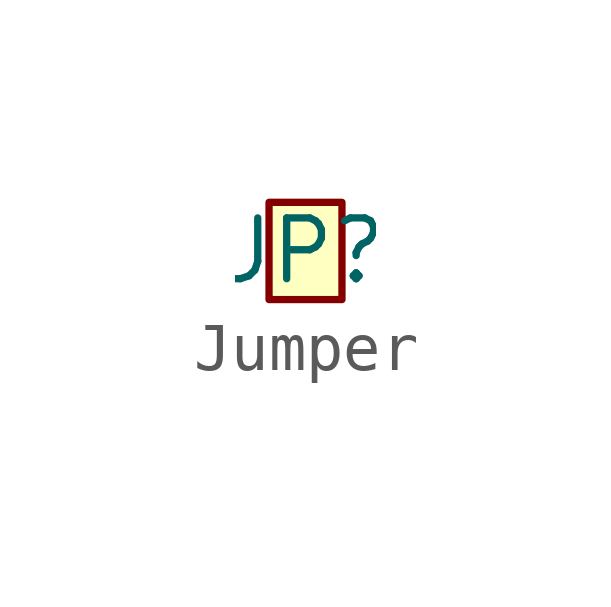
<source format=kicad_sym>
(kicad_symbol_lib
  (version 20220914)
  (generator kicad_symbol_editor)
  (symbol "Jumper"
    (property "Reference" "JP"
      (at 0 0 0)
      (effects (font (size 1.27 1.27))))
    (property "Value" ""
      (at 0 0 0)
      (effects (font (size 1.27 1.27))))
    (symbol "Jumper_1_1"
      (rectangle (start -0.762 1.016) (end 0.762 -1.016) (stroke (width 0) (type default)) (fill (type background))))))
</source>
